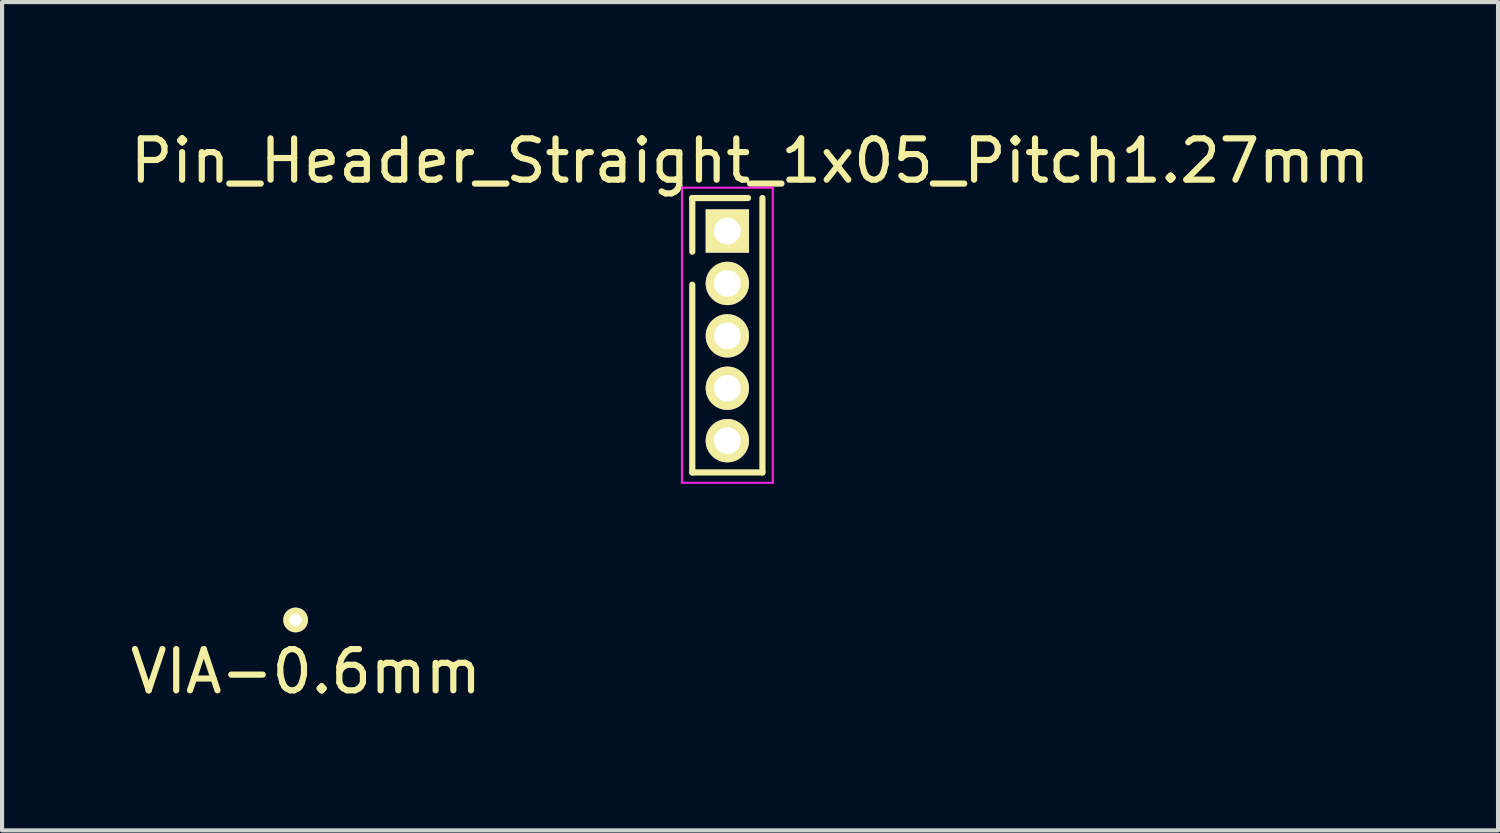
<source format=kicad_pcb>
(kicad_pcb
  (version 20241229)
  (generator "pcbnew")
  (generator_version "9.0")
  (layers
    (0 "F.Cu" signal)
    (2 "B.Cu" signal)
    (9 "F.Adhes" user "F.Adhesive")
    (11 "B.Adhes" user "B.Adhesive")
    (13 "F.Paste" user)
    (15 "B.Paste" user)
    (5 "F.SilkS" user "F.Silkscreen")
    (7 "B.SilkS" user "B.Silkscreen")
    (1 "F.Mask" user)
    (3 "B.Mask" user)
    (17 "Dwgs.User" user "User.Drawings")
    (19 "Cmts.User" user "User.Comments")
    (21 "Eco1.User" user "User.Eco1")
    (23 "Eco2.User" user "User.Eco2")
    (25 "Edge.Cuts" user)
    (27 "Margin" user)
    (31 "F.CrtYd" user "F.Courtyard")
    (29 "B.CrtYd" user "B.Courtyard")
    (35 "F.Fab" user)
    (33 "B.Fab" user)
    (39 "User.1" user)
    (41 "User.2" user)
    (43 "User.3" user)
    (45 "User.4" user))
  (footprint "VIA-0.6mm"
    (layer "F.Cu")
    (at 4.113 11.973)
    (property "Reference" "VIA-0.6mm" (at 0.25 1.25 0) (layer "F.SilkS") (effects (font (size 1 1) (thickness 0.15))))
    (attr through_hole)
    (pad "1" thru_hole circle (at 0 0) (size 0.6 0.6) (drill 0.3) (layers "*.Cu" "*.Mask" "F.SilkS")))
  (footprint "Pin_Header_Straight_1x05_Pitch1.27mm"
    (layer "F.Cu")
    (at 14.575 2.548)
    (property "Reference" "Pin_Header_Straight_1x05_Pitch1.27mm" (at 0.55 -1.7 0) (layer "F.SilkS") (effects (font (size 1 1) (thickness 0.15))))
    (attr through_hole)
    (fp_line (start -0.85 -0.8) (end -0.85 0.5) (stroke (width 0.15) (type solid)) (layer "F.SilkS"))
    (fp_line (start -0.85 5.85) (end -0.85 1.3) (stroke (width 0.15) (type solid)) (layer "F.SilkS"))
    (fp_line (start 0.5 -0.8) (end -0.85 -0.8) (stroke (width 0.15) (type solid)) (layer "F.SilkS"))
    (fp_line (start 0.85 5.85) (end -0.85 5.85) (stroke (width 0.15) (type solid)) (layer "F.SilkS"))
    (fp_line (start 0.85 5.85) (end 0.85 -0.8) (stroke (width 0.15) (type solid)) (layer "F.SilkS"))
    (fp_line (start -1.1 -1.05) (end -1.1 6.1) (stroke (width 0.05) (type solid)) (layer "F.CrtYd"))
    (fp_line (start -1.1 -1.05) (end 1.1 -1.05) (stroke (width 0.05) (type solid)) (layer "F.CrtYd"))
    (fp_line (start -1.1 6.1) (end 1.1 6.1) (stroke (width 0.05) (type solid)) (layer "F.CrtYd"))
    (fp_line (start 1.1 -1.05) (end 1.1 6.1) (stroke (width 0.05) (type solid)) (layer "F.CrtYd"))
    (pad "1" thru_hole rect (at 0 0) (size 1.05 1.05) (drill 0.65) (layers "*.Cu" "*.Mask" "F.SilkS"))
    (pad "2" thru_hole circle (at 0 1.27) (size 1.05 1.05) (drill 0.65) (layers "*.Cu" "*.Mask" "F.SilkS"))
    (pad "3" thru_hole circle (at 0 2.54) (size 1.05 1.05) (drill 0.65) (layers "*.Cu" "*.Mask" "F.SilkS"))
    (pad "4" thru_hole circle (at 0 3.81) (size 1.05 1.05) (drill 0.65) (layers "*.Cu" "*.Mask" "F.SilkS"))
    (pad "5" thru_hole circle (at 0 5.08) (size 1.05 1.05) (drill 0.65) (layers "*.Cu" "*.Mask" "F.SilkS")))
  (gr_rect
    (start -3 -3)
    (end 33.25 17.072)
    (stroke (width 0.1) (type default))
    (fill no)
    (layer "Edge.Cuts")))
</source>
